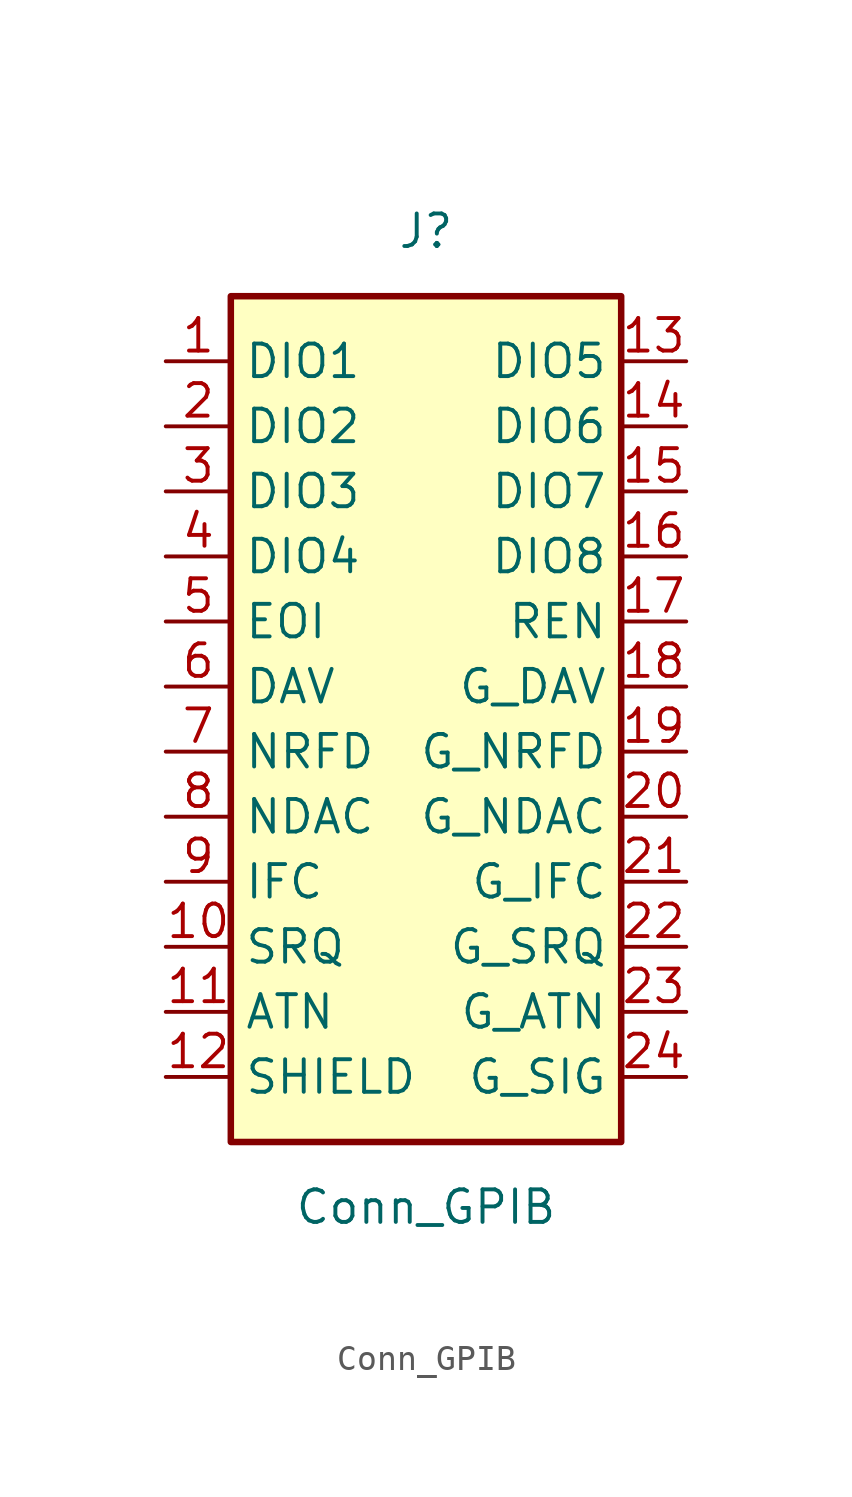
<source format=kicad_sym>
(kicad_symbol_lib
  (version 20220914)
  (generator kicad_symbol_editor)
  (symbol "Conn_GPIB"
    (property "Reference" "J"
      (at 0 17.78 0)
      (effects (font (size 1.27 1.27))))
    (property "Value" "Conn_GPIB"
      (at 0 -20.32 0)
      (effects (font (size 1.27 1.27))))
    (symbol "Conn_GPIB_1_1"
      (rectangle (start -7.62 15.24) (end 7.62 -17.78) (stroke (width 0.254) (type default)) (fill (type background)))
      (pin passive line (at -10.16 12.7 0) (length 2.54) (name "DIO1" (effects (font (size 1.27 1.27)))) (number "1" (effects (font (size 1.27 1.27)))))
      (pin passive line (at -10.16 -10.16 0) (length 2.54) (name "SRQ" (effects (font (size 1.27 1.27)))) (number "10" (effects (font (size 1.27 1.27)))))
      (pin passive line (at -10.16 -12.7 0) (length 2.54) (name "ATN" (effects (font (size 1.27 1.27)))) (number "11" (effects (font (size 1.27 1.27)))))
      (pin passive line (at -10.16 -15.24 0) (length 2.54) (name "SHIELD" (effects (font (size 1.27 1.27)))) (number "12" (effects (font (size 1.27 1.27)))))
      (pin passive line (at 10.16 12.7 180) (length 2.54) (name "DIO5" (effects (font (size 1.27 1.27)))) (number "13" (effects (font (size 1.27 1.27)))))
      (pin passive line (at 10.16 10.16 180) (length 2.54) (name "DIO6" (effects (font (size 1.27 1.27)))) (number "14" (effects (font (size 1.27 1.27)))))
      (pin passive line (at 10.16 7.62 180) (length 2.54) (name "DIO7" (effects (font (size 1.27 1.27)))) (number "15" (effects (font (size 1.27 1.27)))))
      (pin passive line (at 10.16 5.08 180) (length 2.54) (name "DIO8" (effects (font (size 1.27 1.27)))) (number "16" (effects (font (size 1.27 1.27)))))
      (pin passive line (at 10.16 2.54 180) (length 2.54) (name "REN" (effects (font (size 1.27 1.27)))) (number "17" (effects (font (size 1.27 1.27)))))
      (pin passive line (at 10.16 0 180) (length 2.54) (name "G_DAV" (effects (font (size 1.27 1.27)))) (number "18" (effects (font (size 1.27 1.27)))))
      (pin passive line (at 10.16 -2.54 180) (length 2.54) (name "G_NRFD" (effects (font (size 1.27 1.27)))) (number "19" (effects (font (size 1.27 1.27)))))
      (pin passive line (at -10.16 10.16 0) (length 2.54) (name "DIO2" (effects (font (size 1.27 1.27)))) (number "2" (effects (font (size 1.27 1.27)))))
      (pin passive line (at 10.16 -5.08 180) (length 2.54) (name "G_NDAC" (effects (font (size 1.27 1.27)))) (number "20" (effects (font (size 1.27 1.27)))))
      (pin passive line (at 10.16 -7.62 180) (length 2.54) (name "G_IFC" (effects (font (size 1.27 1.27)))) (number "21" (effects (font (size 1.27 1.27)))))
      (pin passive line (at 10.16 -10.16 180) (length 2.54) (name "G_SRQ" (effects (font (size 1.27 1.27)))) (number "22" (effects (font (size 1.27 1.27)))))
      (pin passive line (at 10.16 -12.7 180) (length 2.54) (name "G_ATN" (effects (font (size 1.27 1.27)))) (number "23" (effects (font (size 1.27 1.27)))))
      (pin passive line (at 10.16 -15.24 180) (length 2.54) (name "G_SIG" (effects (font (size 1.27 1.27)))) (number "24" (effects (font (size 1.27 1.27)))))
      (pin passive line (at -10.16 7.62 0) (length 2.54) (name "DIO3" (effects (font (size 1.27 1.27)))) (number "3" (effects (font (size 1.27 1.27)))))
      (pin passive line (at -10.16 5.08 0) (length 2.54) (name "DIO4" (effects (font (size 1.27 1.27)))) (number "4" (effects (font (size 1.27 1.27)))))
      (pin passive line (at -10.16 2.54 0) (length 2.54) (name "EOI" (effects (font (size 1.27 1.27)))) (number "5" (effects (font (size 1.27 1.27)))))
      (pin passive line (at -10.16 0 0) (length 2.54) (name "DAV" (effects (font (size 1.27 1.27)))) (number "6" (effects (font (size 1.27 1.27)))))
      (pin passive line (at -10.16 -2.54 0) (length 2.54) (name "NRFD" (effects (font (size 1.27 1.27)))) (number "7" (effects (font (size 1.27 1.27)))))
      (pin passive line (at -10.16 -5.08 0) (length 2.54) (name "NDAC" (effects (font (size 1.27 1.27)))) (number "8" (effects (font (size 1.27 1.27)))))
      (pin passive line (at -10.16 -7.62 0) (length 2.54) (name "IFC" (effects (font (size 1.27 1.27)))) (number "9" (effects (font (size 1.27 1.27))))))))
</source>
